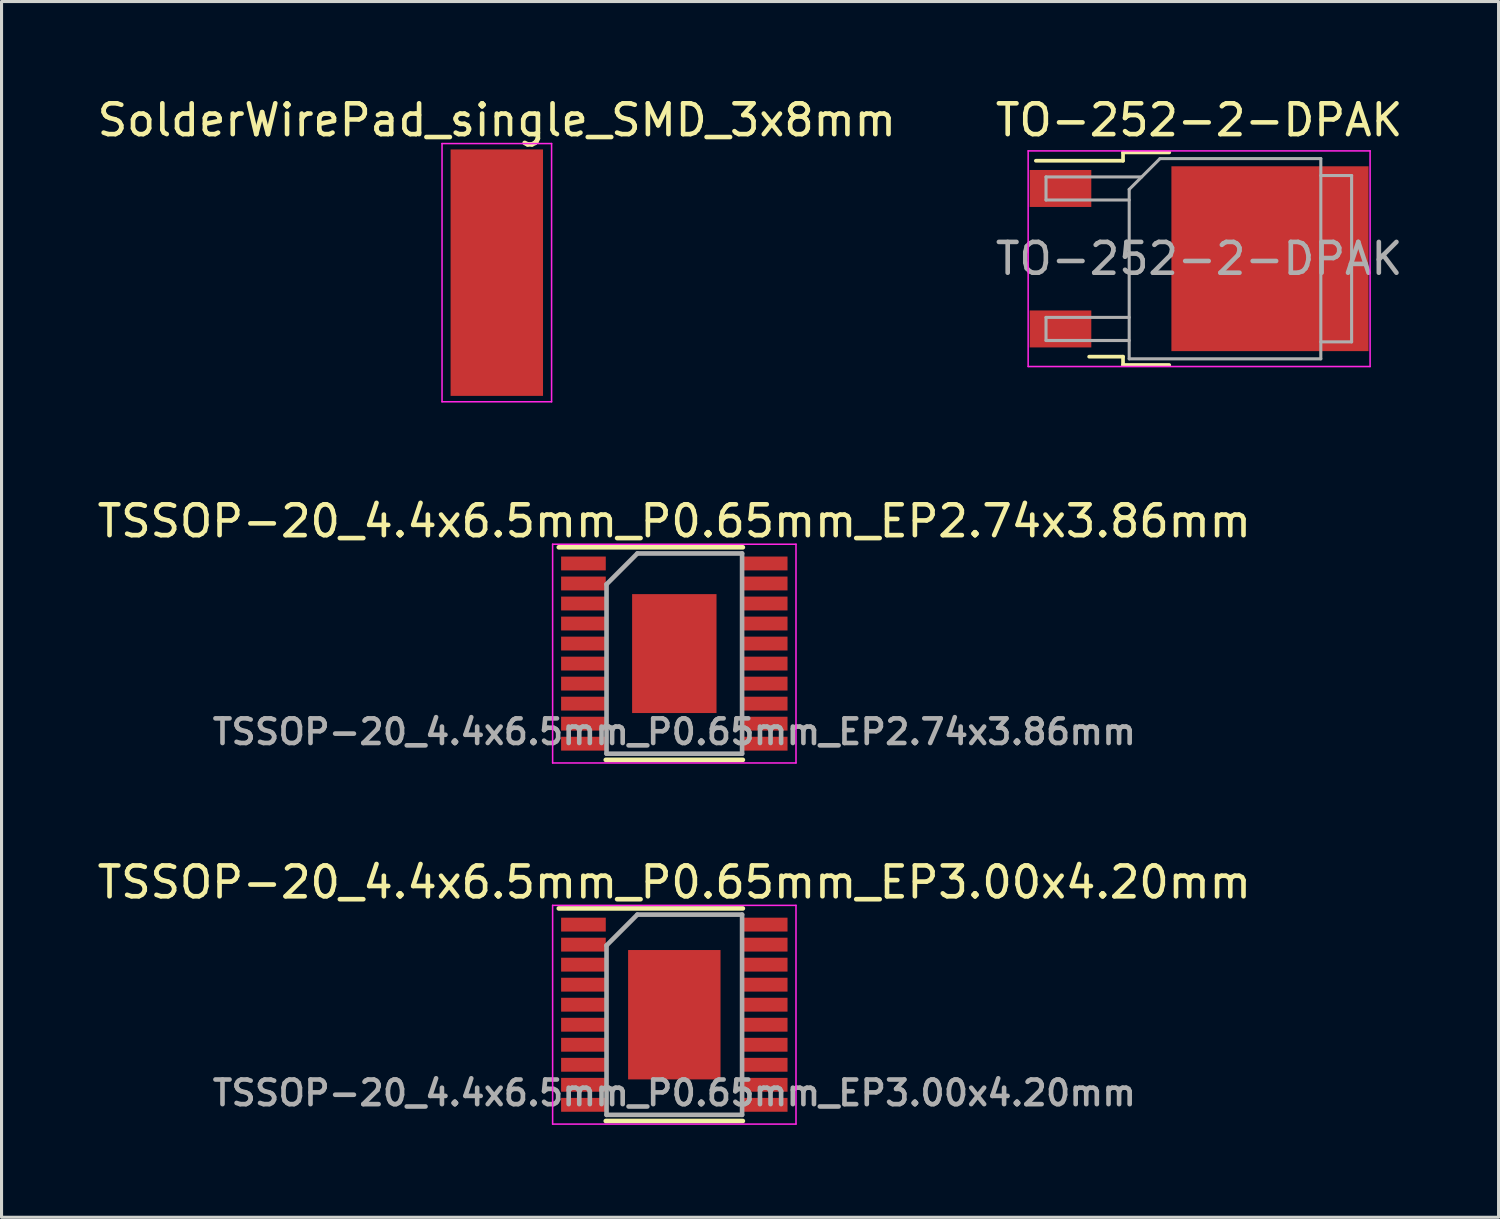
<source format=kicad_pcb>
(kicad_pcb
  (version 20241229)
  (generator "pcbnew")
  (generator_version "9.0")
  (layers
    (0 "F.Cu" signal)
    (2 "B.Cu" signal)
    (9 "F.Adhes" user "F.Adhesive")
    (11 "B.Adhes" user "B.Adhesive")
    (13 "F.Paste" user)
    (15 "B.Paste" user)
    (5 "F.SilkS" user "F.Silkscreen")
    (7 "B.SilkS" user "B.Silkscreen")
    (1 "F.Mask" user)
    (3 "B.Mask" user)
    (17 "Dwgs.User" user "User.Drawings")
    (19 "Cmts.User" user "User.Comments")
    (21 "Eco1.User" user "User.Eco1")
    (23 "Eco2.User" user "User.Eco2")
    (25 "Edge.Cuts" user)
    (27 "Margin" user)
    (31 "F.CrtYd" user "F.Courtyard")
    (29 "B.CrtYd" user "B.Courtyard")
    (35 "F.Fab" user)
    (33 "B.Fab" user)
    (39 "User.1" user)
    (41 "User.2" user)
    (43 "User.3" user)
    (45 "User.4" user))
  (footprint "TSSOP-20_4.4x6.5mm_P0.65mm_EP3.00x4.20mm"
    (layer "F.Cu")
    (at 18.839 29.889)
    (property "Reference" "TSSOP-20_4.4x6.5mm_P0.65mm_EP3.00x4.20mm" (at 0 -4.3 0) (layer "F.SilkS") (effects (font (size 1 1) (thickness 0.15))))
    (attr smd)
    (fp_line (start -3.75 -3.45) (end 2.225 -3.45) (stroke (width 0.15) (type solid)) (layer "F.SilkS"))
    (fp_line (start -2.225 3.45) (end 2.225 3.45) (stroke (width 0.15) (type solid)) (layer "F.SilkS"))
    (fp_line (start -3.95 -3.55) (end -3.95 3.55) (stroke (width 0.05) (type solid)) (layer "F.CrtYd"))
    (fp_line (start -3.95 -3.55) (end 3.95 -3.55) (stroke (width 0.05) (type solid)) (layer "F.CrtYd"))
    (fp_line (start -3.95 3.55) (end 3.95 3.55) (stroke (width 0.05) (type solid)) (layer "F.CrtYd"))
    (fp_line (start 3.95 -3.55) (end 3.95 3.55) (stroke (width 0.05) (type solid)) (layer "F.CrtYd"))
    (fp_line (start -2.2 -2.25) (end -1.2 -3.25) (stroke (width 0.15) (type solid)) (layer "F.Fab"))
    (fp_line (start -2.2 3.25) (end -2.2 -2.25) (stroke (width 0.15) (type solid)) (layer "F.Fab"))
    (fp_line (start -1.2 -3.25) (end 2.2 -3.25) (stroke (width 0.15) (type solid)) (layer "F.Fab"))
    (fp_line (start 2.2 -3.25) (end 2.2 3.25) (stroke (width 0.15) (type solid)) (layer "F.Fab"))
    (fp_line (start 2.2 3.25) (end -2.2 3.25) (stroke (width 0.15) (type solid)) (layer "F.Fab"))
    (fp_text user "${REFERENCE}" (at 0 2.54 0) (layer "F.Fab") (effects (font (size 0.8 0.8) (thickness 0.15))))
    (pad "1" smd rect (at -2.95 -2.925) (size 1.45 0.45) (layers "F.Cu" "F.Mask" "F.Paste"))
    (pad "2" smd rect (at -2.95 -2.275) (size 1.45 0.45) (layers "F.Cu" "F.Mask" "F.Paste"))
    (pad "3" smd rect (at -2.95 -1.625) (size 1.45 0.45) (layers "F.Cu" "F.Mask" "F.Paste"))
    (pad "4" smd rect (at -2.95 -0.975) (size 1.45 0.45) (layers "F.Cu" "F.Mask" "F.Paste"))
    (pad "5" smd rect (at -2.95 -0.325) (size 1.45 0.45) (layers "F.Cu" "F.Mask" "F.Paste"))
    (pad "6" smd rect (at -2.95 0.325) (size 1.45 0.45) (layers "F.Cu" "F.Mask" "F.Paste"))
    (pad "7" smd rect (at -2.95 0.975) (size 1.45 0.45) (layers "F.Cu" "F.Mask" "F.Paste"))
    (pad "8" smd rect (at -2.95 1.625) (size 1.45 0.45) (layers "F.Cu" "F.Mask" "F.Paste"))
    (pad "9" smd rect (at -2.95 2.275) (size 1.45 0.45) (layers "F.Cu" "F.Mask" "F.Paste"))
    (pad "10" smd rect (at -2.95 2.925) (size 1.45 0.45) (layers "F.Cu" "F.Mask" "F.Paste"))
    (pad "11" smd rect (at 2.95 2.925) (size 1.45 0.45) (layers "F.Cu" "F.Mask" "F.Paste"))
    (pad "12" smd rect (at 2.95 2.275) (size 1.45 0.45) (layers "F.Cu" "F.Mask" "F.Paste"))
    (pad "13" smd rect (at 2.95 1.625) (size 1.45 0.45) (layers "F.Cu" "F.Mask" "F.Paste"))
    (pad "14" smd rect (at 2.95 0.975) (size 1.45 0.45) (layers "F.Cu" "F.Mask" "F.Paste"))
    (pad "15" smd rect (at 2.95 0.325) (size 1.45 0.45) (layers "F.Cu" "F.Mask" "F.Paste"))
    (pad "16" smd rect (at 2.95 -0.325) (size 1.45 0.45) (layers "F.Cu" "F.Mask" "F.Paste"))
    (pad "17" smd rect (at 2.95 -0.975) (size 1.45 0.45) (layers "F.Cu" "F.Mask" "F.Paste"))
    (pad "18" smd rect (at 2.95 -1.625) (size 1.45 0.45) (layers "F.Cu" "F.Mask" "F.Paste"))
    (pad "19" smd rect (at 2.95 -2.275) (size 1.45 0.45) (layers "F.Cu" "F.Mask" "F.Paste"))
    (pad "20" smd rect (at 2.95 -2.925) (size 1.45 0.45) (layers "F.Cu" "F.Mask" "F.Paste"))
    (pad "21" smd rect (at 0 0) (size 3 4.2) (layers "F.Cu" "F.Mask" "F.Paste")))
  (footprint "TO-252-2-DPAK"
    (layer "F.Cu")
    (at 35.875 5.348)
    (property "Reference" "TO-252-2-DPAK" (at 0 -4.5 0) (layer "F.SilkS") (effects (font (size 1 1) (thickness 0.15))))
    (attr smd)
    (fp_line (start -2.47 -3.45) (end -2.47 -3.18) (stroke (width 0.12) (type solid)) (layer "F.SilkS"))
    (fp_line (start -2.47 -3.18) (end -5.3 -3.18) (stroke (width 0.12) (type solid)) (layer "F.SilkS"))
    (fp_line (start -2.47 3.18) (end -3.57 3.18) (stroke (width 0.12) (type solid)) (layer "F.SilkS"))
    (fp_line (start -2.47 3.45) (end -2.47 3.18) (stroke (width 0.12) (type solid)) (layer "F.SilkS"))
    (fp_line (start -0.97 -3.45) (end -2.47 -3.45) (stroke (width 0.12) (type solid)) (layer "F.SilkS"))
    (fp_line (start -0.97 3.45) (end -2.47 3.45) (stroke (width 0.12) (type solid)) (layer "F.SilkS"))
    (fp_line (start -5.55 -3.5) (end -5.55 3.5) (stroke (width 0.05) (type solid)) (layer "F.CrtYd"))
    (fp_line (start -5.55 3.5) (end 5.55 3.5) (stroke (width 0.05) (type solid)) (layer "F.CrtYd"))
    (fp_line (start 5.55 -3.5) (end -5.55 -3.5) (stroke (width 0.05) (type solid)) (layer "F.CrtYd"))
    (fp_line (start 5.55 3.5) (end 5.55 -3.5) (stroke (width 0.05) (type solid)) (layer "F.CrtYd"))
    (fp_line (start -4.97 -2.655) (end -4.97 -1.905) (stroke (width 0.1) (type solid)) (layer "F.Fab"))
    (fp_line (start -4.97 -1.905) (end -2.27 -1.905) (stroke (width 0.1) (type solid)) (layer "F.Fab"))
    (fp_line (start -4.97 1.905) (end -4.97 2.655) (stroke (width 0.1) (type solid)) (layer "F.Fab"))
    (fp_line (start -4.97 2.655) (end -2.27 2.655) (stroke (width 0.1) (type solid)) (layer "F.Fab"))
    (fp_line (start -2.27 -2.25) (end -1.27 -3.25) (stroke (width 0.1) (type solid)) (layer "F.Fab"))
    (fp_line (start -2.27 1.905) (end -4.97 1.905) (stroke (width 0.1) (type solid)) (layer "F.Fab"))
    (fp_line (start -2.27 3.25) (end -2.27 -2.25) (stroke (width 0.1) (type solid)) (layer "F.Fab"))
    (fp_line (start -1.865 -2.655) (end -4.97 -2.655) (stroke (width 0.1) (type solid)) (layer "F.Fab"))
    (fp_line (start -1.27 -3.25) (end 3.95 -3.25) (stroke (width 0.1) (type solid)) (layer "F.Fab"))
    (fp_line (start 3.95 -3.25) (end 3.95 3.25) (stroke (width 0.1) (type solid)) (layer "F.Fab"))
    (fp_line (start 3.95 -2.7) (end 4.95 -2.7) (stroke (width 0.1) (type solid)) (layer "F.Fab"))
    (fp_line (start 3.95 3.25) (end -2.27 3.25) (stroke (width 0.1) (type solid)) (layer "F.Fab"))
    (fp_line (start 4.95 -2.7) (end 4.95 2.7) (stroke (width 0.1) (type solid)) (layer "F.Fab"))
    (fp_line (start 4.95 2.7) (end 3.95 2.7) (stroke (width 0.1) (type solid)) (layer "F.Fab"))
    (fp_text user "${REFERENCE}" (at 0 0 0) (layer "F.Fab") (effects (font (size 1 1) (thickness 0.15))))
    (pad "1" smd rect (at -4.5 -2.28) (size 2 1.2) (layers "F.Cu" "F.Mask" "F.Paste"))
    (pad "2" smd rect (at 2.3 0) (size 6.4 6) (layers "F.Cu" "F.Mask"))
    (pad "3" smd rect (at -4.5 2.28) (size 2 1.2) (layers "F.Cu" "F.Mask" "F.Paste")))
  (footprint "SolderWirePad_single_SMD_3x8mm"
    (layer "F.Cu")
    (at 13.077 5.801)
    (property "Reference" "SolderWirePad_single_SMD_3x8mm" (at 0 -4.953 0) (layer "F.SilkS") (effects (font (size 1 1) (thickness 0.15))))
    (attr smd)
    (fp_line (start -1.778 -4.191) (end -1.778 4.191) (stroke (width 0.05) (type solid)) (layer "F.CrtYd"))
    (fp_line (start -1.778 4.191) (end 1.778 4.191) (stroke (width 0.05) (type solid)) (layer "F.CrtYd"))
    (fp_line (start 1.778 -4.191) (end -1.778 -4.191) (stroke (width 0.05) (type solid)) (layer "F.CrtYd"))
    (fp_line (start 1.778 4.191) (end 1.778 -4.191) (stroke (width 0.05) (type solid)) (layer "F.CrtYd"))
    (pad "1" smd rect (at 0 0) (size 3 8) (layers "F.Cu" "F.Mask" "F.Paste")))
  (footprint "TSSOP-20_4.4x6.5mm_P0.65mm_EP2.74x3.86mm"
    (layer "F.Cu")
    (at 18.839 18.166)
    (property "Reference" "TSSOP-20_4.4x6.5mm_P0.65mm_EP2.74x3.86mm" (at 0 -4.3 0) (layer "F.SilkS") (effects (font (size 1 1) (thickness 0.15))))
    (attr smd)
    (fp_line (start -3.75 -3.45) (end 2.225 -3.45) (stroke (width 0.15) (type solid)) (layer "F.SilkS"))
    (fp_line (start -2.225 3.45) (end 2.225 3.45) (stroke (width 0.15) (type solid)) (layer "F.SilkS"))
    (fp_line (start -3.95 -3.55) (end -3.95 3.55) (stroke (width 0.05) (type solid)) (layer "F.CrtYd"))
    (fp_line (start -3.95 -3.55) (end 3.95 -3.55) (stroke (width 0.05) (type solid)) (layer "F.CrtYd"))
    (fp_line (start -3.95 3.55) (end 3.95 3.55) (stroke (width 0.05) (type solid)) (layer "F.CrtYd"))
    (fp_line (start 3.95 -3.55) (end 3.95 3.55) (stroke (width 0.05) (type solid)) (layer "F.CrtYd"))
    (fp_line (start -2.2 -2.25) (end -1.2 -3.25) (stroke (width 0.15) (type solid)) (layer "F.Fab"))
    (fp_line (start -2.2 3.25) (end -2.2 -2.25) (stroke (width 0.15) (type solid)) (layer "F.Fab"))
    (fp_line (start -1.2 -3.25) (end 2.2 -3.25) (stroke (width 0.15) (type solid)) (layer "F.Fab"))
    (fp_line (start 2.2 -3.25) (end 2.2 3.25) (stroke (width 0.15) (type solid)) (layer "F.Fab"))
    (fp_line (start 2.2 3.25) (end -2.2 3.25) (stroke (width 0.15) (type solid)) (layer "F.Fab"))
    (fp_text user "${REFERENCE}" (at 0 2.54 0) (layer "F.Fab") (effects (font (size 0.8 0.8) (thickness 0.15))))
    (pad "1" smd rect (at -2.95 -2.925) (size 1.45 0.45) (layers "F.Cu" "F.Mask" "F.Paste"))
    (pad "2" smd rect (at -2.95 -2.275) (size 1.45 0.45) (layers "F.Cu" "F.Mask" "F.Paste"))
    (pad "3" smd rect (at -2.95 -1.625) (size 1.45 0.45) (layers "F.Cu" "F.Mask" "F.Paste"))
    (pad "4" smd rect (at -2.95 -0.975) (size 1.45 0.45) (layers "F.Cu" "F.Mask" "F.Paste"))
    (pad "5" smd rect (at -2.95 -0.325) (size 1.45 0.45) (layers "F.Cu" "F.Mask" "F.Paste"))
    (pad "6" smd rect (at -2.95 0.325) (size 1.45 0.45) (layers "F.Cu" "F.Mask" "F.Paste"))
    (pad "7" smd rect (at -2.95 0.975) (size 1.45 0.45) (layers "F.Cu" "F.Mask" "F.Paste"))
    (pad "8" smd rect (at -2.95 1.625) (size 1.45 0.45) (layers "F.Cu" "F.Mask" "F.Paste"))
    (pad "9" smd rect (at -2.95 2.275) (size 1.45 0.45) (layers "F.Cu" "F.Mask" "F.Paste"))
    (pad "10" smd rect (at -2.95 2.925) (size 1.45 0.45) (layers "F.Cu" "F.Mask" "F.Paste"))
    (pad "11" smd rect (at 2.95 2.925) (size 1.45 0.45) (layers "F.Cu" "F.Mask" "F.Paste"))
    (pad "12" smd rect (at 2.95 2.275) (size 1.45 0.45) (layers "F.Cu" "F.Mask" "F.Paste"))
    (pad "13" smd rect (at 2.95 1.625) (size 1.45 0.45) (layers "F.Cu" "F.Mask" "F.Paste"))
    (pad "14" smd rect (at 2.95 0.975) (size 1.45 0.45) (layers "F.Cu" "F.Mask" "F.Paste"))
    (pad "15" smd rect (at 2.95 0.325) (size 1.45 0.45) (layers "F.Cu" "F.Mask" "F.Paste"))
    (pad "16" smd rect (at 2.95 -0.325) (size 1.45 0.45) (layers "F.Cu" "F.Mask" "F.Paste"))
    (pad "17" smd rect (at 2.95 -0.975) (size 1.45 0.45) (layers "F.Cu" "F.Mask" "F.Paste"))
    (pad "18" smd rect (at 2.95 -1.625) (size 1.45 0.45) (layers "F.Cu" "F.Mask" "F.Paste"))
    (pad "19" smd rect (at 2.95 -2.275) (size 1.45 0.45) (layers "F.Cu" "F.Mask" "F.Paste"))
    (pad "20" smd rect (at 2.95 -2.925) (size 1.45 0.45) (layers "F.Cu" "F.Mask" "F.Paste"))
    (pad "21" smd rect (at 0 0) (size 2.74 3.86) (layers "F.Cu" "F.Mask" "F.Paste")))
  (gr_rect
    (start -3 -3)
    (end 45.595 36.464)
    (stroke (width 0.1) (type default))
    (fill no)
    (layer "Edge.Cuts")))
</source>
